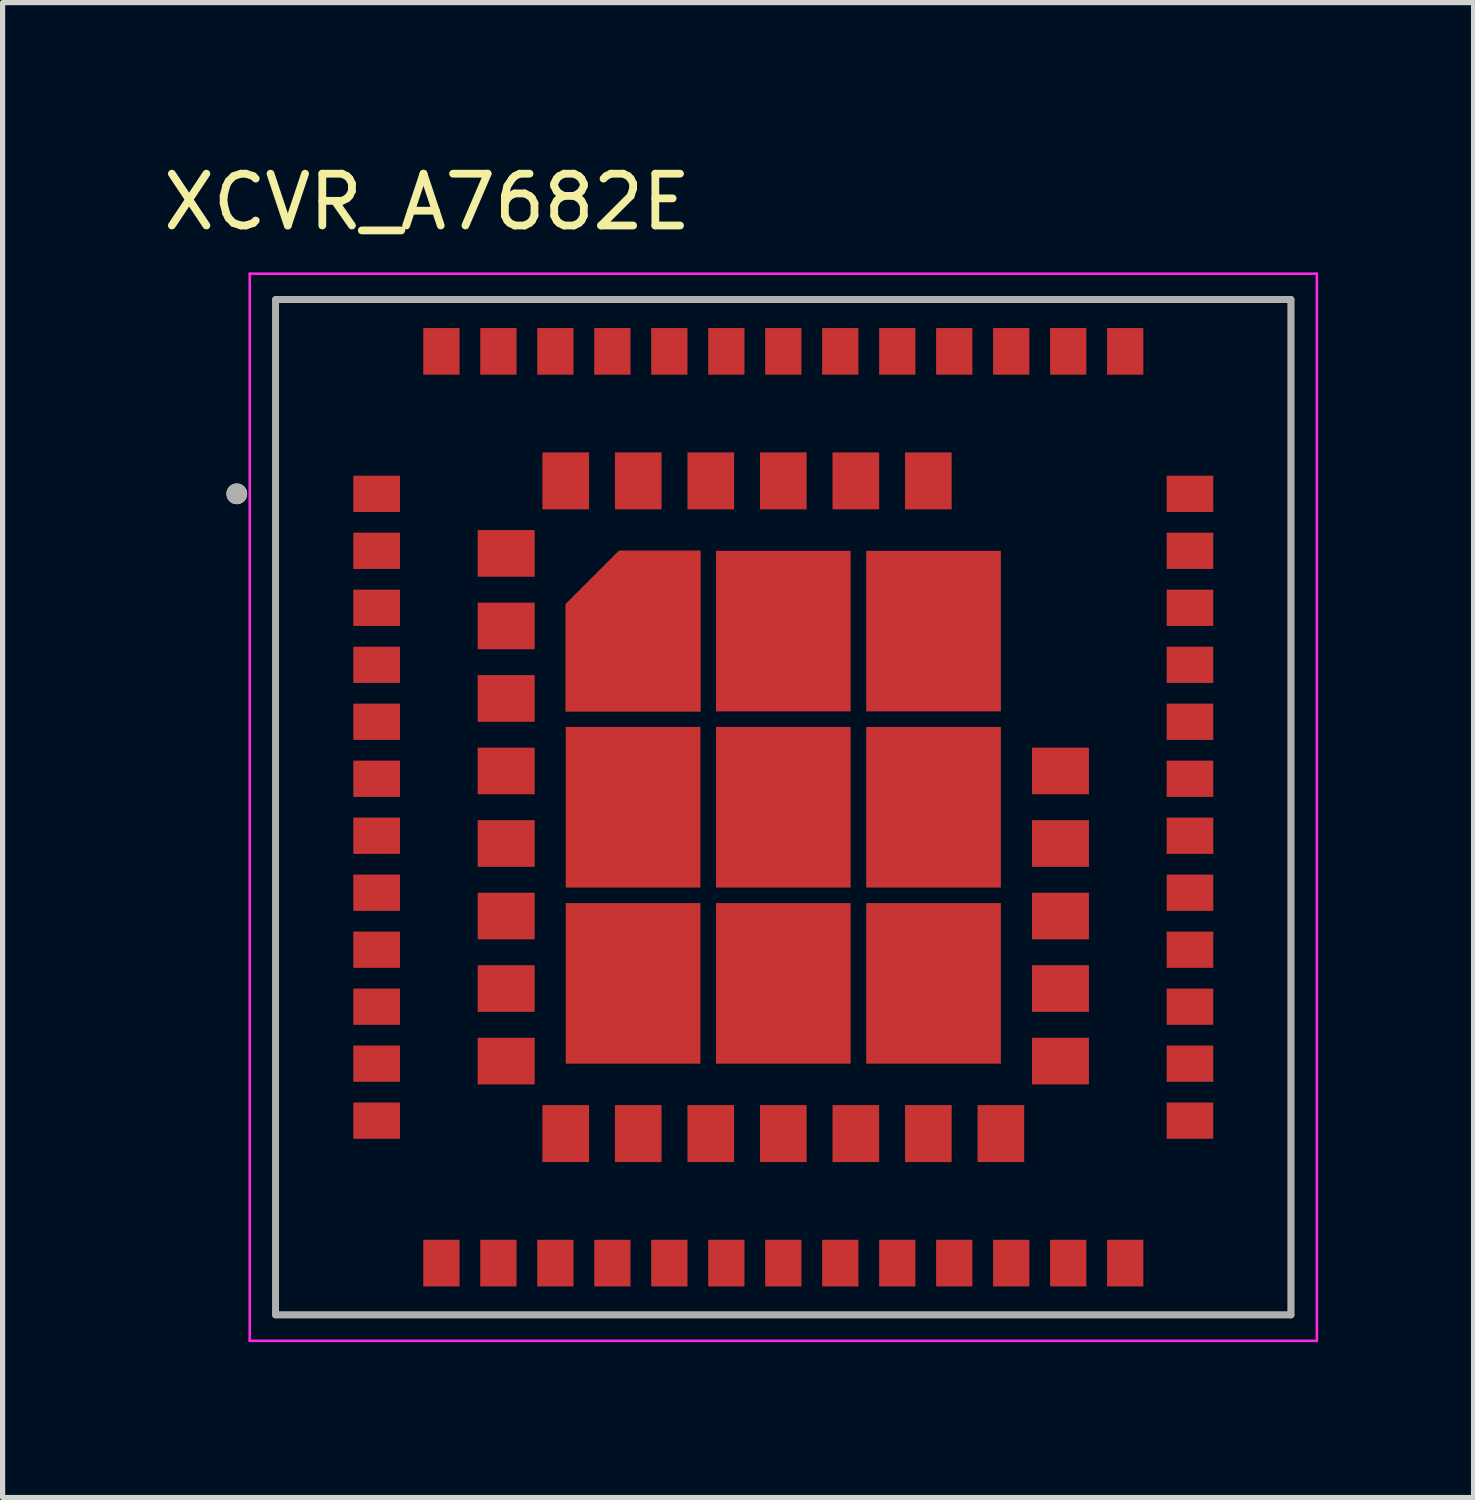
<source format=kicad_pcb>
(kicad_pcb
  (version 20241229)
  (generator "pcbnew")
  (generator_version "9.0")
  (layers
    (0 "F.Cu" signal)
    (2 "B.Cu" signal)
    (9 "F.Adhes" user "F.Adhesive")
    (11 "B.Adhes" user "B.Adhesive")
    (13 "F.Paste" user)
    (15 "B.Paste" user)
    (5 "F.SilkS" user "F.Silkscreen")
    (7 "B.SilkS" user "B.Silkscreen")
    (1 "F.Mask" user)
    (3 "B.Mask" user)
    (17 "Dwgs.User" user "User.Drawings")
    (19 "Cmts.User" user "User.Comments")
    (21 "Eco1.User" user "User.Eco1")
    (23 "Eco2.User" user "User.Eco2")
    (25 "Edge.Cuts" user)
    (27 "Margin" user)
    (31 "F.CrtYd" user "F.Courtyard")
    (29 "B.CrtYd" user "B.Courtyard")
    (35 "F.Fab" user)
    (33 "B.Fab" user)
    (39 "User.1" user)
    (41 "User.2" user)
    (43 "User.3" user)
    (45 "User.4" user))
  (footprint "XCVR_A7682E"
    (layer "F.Cu")
    (at 12.071 12.533)
    (property "Reference" "XCVR_A7682E" (at -6.875 -11.685 0) (layer "F.SilkS") (effects (font (size 1 1) (thickness 0.15))))
    (attr smd)
    (fp_poly (pts (xy -4.3 -3.961) (xy -4.3 -1.75) (xy -1.5 -1.75) (xy -1.5 -5.05) (xy -3.211 -5.05)) (stroke (width 0.01) (type solid)) (fill yes) (layer "F.Mask"))
    (fp_line (start -9.8 -9.8) (end -9.8 9.8) (stroke (width 0.127) (type solid)) (layer "F.SilkS"))
    (fp_line (start -9.8 9.8) (end 9.8 9.8) (stroke (width 0.127) (type solid)) (layer "F.SilkS"))
    (fp_line (start 9.8 -9.8) (end -9.8 -9.8) (stroke (width 0.127) (type solid)) (layer "F.SilkS"))
    (fp_line (start 9.8 9.8) (end 9.8 -9.8) (stroke (width 0.127) (type solid)) (layer "F.SilkS"))
    (fp_circle (center -10.55 -6.05) (end -10.45 -6.05) (stroke (width 0.2) (type solid)) (fill no) (layer "F.SilkS"))
    (fp_poly (pts (xy -8.22 -6.32) (xy -7.9 -6.32) (xy -7.9 -5.78) (xy -8.22 -5.78)) (stroke (width 0.01) (type solid)) (fill yes) (layer "F.Paste"))
    (fp_poly (pts (xy -8.22 -5.22) (xy -7.9 -5.22) (xy -7.9 -4.68) (xy -8.22 -4.68)) (stroke (width 0.01) (type solid)) (fill yes) (layer "F.Paste"))
    (fp_poly (pts (xy -8.22 -4.12) (xy -7.9 -4.12) (xy -7.9 -3.58) (xy -8.22 -3.58)) (stroke (width 0.01) (type solid)) (fill yes) (layer "F.Paste"))
    (fp_poly (pts (xy -8.22 -3.02) (xy -7.9 -3.02) (xy -7.9 -2.48) (xy -8.22 -2.48)) (stroke (width 0.01) (type solid)) (fill yes) (layer "F.Paste"))
    (fp_poly (pts (xy -8.22 -1.92) (xy -7.9 -1.92) (xy -7.9 -1.38) (xy -8.22 -1.38)) (stroke (width 0.01) (type solid)) (fill yes) (layer "F.Paste"))
    (fp_poly (pts (xy -8.22 -0.82) (xy -7.9 -0.82) (xy -7.9 -0.28) (xy -8.22 -0.28)) (stroke (width 0.01) (type solid)) (fill yes) (layer "F.Paste"))
    (fp_poly (pts (xy -8.22 0.28) (xy -7.9 0.28) (xy -7.9 0.82) (xy -8.22 0.82)) (stroke (width 0.01) (type solid)) (fill yes) (layer "F.Paste"))
    (fp_poly (pts (xy -8.22 1.38) (xy -7.9 1.38) (xy -7.9 1.92) (xy -8.22 1.92)) (stroke (width 0.01) (type solid)) (fill yes) (layer "F.Paste"))
    (fp_poly (pts (xy -8.22 2.48) (xy -7.9 2.48) (xy -7.9 3.02) (xy -8.22 3.02)) (stroke (width 0.01) (type solid)) (fill yes) (layer "F.Paste"))
    (fp_poly (pts (xy -8.22 3.58) (xy -7.9 3.58) (xy -7.9 4.12) (xy -8.22 4.12)) (stroke (width 0.01) (type solid)) (fill yes) (layer "F.Paste"))
    (fp_poly (pts (xy -8.22 4.68) (xy -7.9 4.68) (xy -7.9 5.22) (xy -8.22 5.22)) (stroke (width 0.01) (type solid)) (fill yes) (layer "F.Paste"))
    (fp_poly (pts (xy -8.22 5.78) (xy -7.9 5.78) (xy -7.9 6.32) (xy -8.22 6.32)) (stroke (width 0.01) (type solid)) (fill yes) (layer "F.Paste"))
    (fp_poly (pts (xy -7.8 -6.32) (xy -7.48 -6.32) (xy -7.48 -5.78) (xy -7.8 -5.78)) (stroke (width 0.01) (type solid)) (fill yes) (layer "F.Paste"))
    (fp_poly (pts (xy -7.8 -5.22) (xy -7.48 -5.22) (xy -7.48 -4.68) (xy -7.8 -4.68)) (stroke (width 0.01) (type solid)) (fill yes) (layer "F.Paste"))
    (fp_poly (pts (xy -7.8 -4.12) (xy -7.48 -4.12) (xy -7.48 -3.58) (xy -7.8 -3.58)) (stroke (width 0.01) (type solid)) (fill yes) (layer "F.Paste"))
    (fp_poly (pts (xy -7.8 -3.02) (xy -7.48 -3.02) (xy -7.48 -2.48) (xy -7.8 -2.48)) (stroke (width 0.01) (type solid)) (fill yes) (layer "F.Paste"))
    (fp_poly (pts (xy -7.8 -1.92) (xy -7.48 -1.92) (xy -7.48 -1.38) (xy -7.8 -1.38)) (stroke (width 0.01) (type solid)) (fill yes) (layer "F.Paste"))
    (fp_poly (pts (xy -7.8 -0.82) (xy -7.48 -0.82) (xy -7.48 -0.28) (xy -7.8 -0.28)) (stroke (width 0.01) (type solid)) (fill yes) (layer "F.Paste"))
    (fp_poly (pts (xy -7.8 0.28) (xy -7.48 0.28) (xy -7.48 0.82) (xy -7.8 0.82)) (stroke (width 0.01) (type solid)) (fill yes) (layer "F.Paste"))
    (fp_poly (pts (xy -7.8 1.38) (xy -7.48 1.38) (xy -7.48 1.92) (xy -7.8 1.92)) (stroke (width 0.01) (type solid)) (fill yes) (layer "F.Paste"))
    (fp_poly (pts (xy -7.8 2.48) (xy -7.48 2.48) (xy -7.48 3.02) (xy -7.8 3.02)) (stroke (width 0.01) (type solid)) (fill yes) (layer "F.Paste"))
    (fp_poly (pts (xy -7.8 3.58) (xy -7.48 3.58) (xy -7.48 4.12) (xy -7.8 4.12)) (stroke (width 0.01) (type solid)) (fill yes) (layer "F.Paste"))
    (fp_poly (pts (xy -7.8 4.68) (xy -7.48 4.68) (xy -7.48 5.22) (xy -7.8 5.22)) (stroke (width 0.01) (type solid)) (fill yes) (layer "F.Paste"))
    (fp_poly (pts (xy -7.8 5.78) (xy -7.48 5.78) (xy -7.48 6.32) (xy -7.8 6.32)) (stroke (width 0.01) (type solid)) (fill yes) (layer "F.Paste"))
    (fp_poly (pts (xy -6.87 -9.17) (xy -6.33 -9.17) (xy -6.33 -8.85) (xy -6.87 -8.85)) (stroke (width 0.01) (type solid)) (fill yes) (layer "F.Paste"))
    (fp_poly (pts (xy -6.87 -8.75) (xy -6.33 -8.75) (xy -6.33 -8.43) (xy -6.87 -8.43)) (stroke (width 0.01) (type solid)) (fill yes) (layer "F.Paste"))
    (fp_poly (pts (xy -6.87 8.43) (xy -6.33 8.43) (xy -6.33 8.75) (xy -6.87 8.75)) (stroke (width 0.01) (type solid)) (fill yes) (layer "F.Paste"))
    (fp_poly (pts (xy -6.87 8.85) (xy -6.33 8.85) (xy -6.33 9.17) (xy -6.87 9.17)) (stroke (width 0.01) (type solid)) (fill yes) (layer "F.Paste"))
    (fp_poly (pts (xy -5.83 -5.25) (xy -5.4 -5.25) (xy -5.4 -4.95) (xy -5.83 -4.95)) (stroke (width 0.01) (type solid)) (fill yes) (layer "F.Paste"))
    (fp_poly (pts (xy -5.83 -4.85) (xy -5.4 -4.85) (xy -5.4 -4.55) (xy -5.83 -4.55)) (stroke (width 0.01) (type solid)) (fill yes) (layer "F.Paste"))
    (fp_poly (pts (xy -5.83 -3.85) (xy -5.4 -3.85) (xy -5.4 -3.55) (xy -5.83 -3.55)) (stroke (width 0.01) (type solid)) (fill yes) (layer "F.Paste"))
    (fp_poly (pts (xy -5.83 -3.45) (xy -5.4 -3.45) (xy -5.4 -3.15) (xy -5.83 -3.15)) (stroke (width 0.01) (type solid)) (fill yes) (layer "F.Paste"))
    (fp_poly (pts (xy -5.83 -2.45) (xy -5.4 -2.45) (xy -5.4 -2.15) (xy -5.83 -2.15)) (stroke (width 0.01) (type solid)) (fill yes) (layer "F.Paste"))
    (fp_poly (pts (xy -5.83 -2.05) (xy -5.4 -2.05) (xy -5.4 -1.75) (xy -5.83 -1.75)) (stroke (width 0.01) (type solid)) (fill yes) (layer "F.Paste"))
    (fp_poly (pts (xy -5.83 -1.05) (xy -5.4 -1.05) (xy -5.4 -0.75) (xy -5.83 -0.75)) (stroke (width 0.01) (type solid)) (fill yes) (layer "F.Paste"))
    (fp_poly (pts (xy -5.83 -0.65) (xy -5.4 -0.65) (xy -5.4 -0.35) (xy -5.83 -0.35)) (stroke (width 0.01) (type solid)) (fill yes) (layer "F.Paste"))
    (fp_poly (pts (xy -5.83 0.35) (xy -5.4 0.35) (xy -5.4 0.65) (xy -5.83 0.65)) (stroke (width 0.01) (type solid)) (fill yes) (layer "F.Paste"))
    (fp_poly (pts (xy -5.83 0.75) (xy -5.4 0.75) (xy -5.4 1.05) (xy -5.83 1.05)) (stroke (width 0.01) (type solid)) (fill yes) (layer "F.Paste"))
    (fp_poly (pts (xy -5.83 1.75) (xy -5.4 1.75) (xy -5.4 2.05) (xy -5.83 2.05)) (stroke (width 0.01) (type solid)) (fill yes) (layer "F.Paste"))
    (fp_poly (pts (xy -5.83 2.15) (xy -5.4 2.15) (xy -5.4 2.45) (xy -5.83 2.45)) (stroke (width 0.01) (type solid)) (fill yes) (layer "F.Paste"))
    (fp_poly (pts (xy -5.83 3.15) (xy -5.4 3.15) (xy -5.4 3.45) (xy -5.83 3.45)) (stroke (width 0.01) (type solid)) (fill yes) (layer "F.Paste"))
    (fp_poly (pts (xy -5.83 3.55) (xy -5.4 3.55) (xy -5.4 3.85) (xy -5.83 3.85)) (stroke (width 0.01) (type solid)) (fill yes) (layer "F.Paste"))
    (fp_poly (pts (xy -5.83 4.55) (xy -5.4 4.55) (xy -5.4 4.85) (xy -5.83 4.85)) (stroke (width 0.01) (type solid)) (fill yes) (layer "F.Paste"))
    (fp_poly (pts (xy -5.83 4.95) (xy -5.4 4.95) (xy -5.4 5.25) (xy -5.83 5.25)) (stroke (width 0.01) (type solid)) (fill yes) (layer "F.Paste"))
    (fp_poly (pts (xy -5.77 -9.17) (xy -5.23 -9.17) (xy -5.23 -8.85) (xy -5.77 -8.85)) (stroke (width 0.01) (type solid)) (fill yes) (layer "F.Paste"))
    (fp_poly (pts (xy -5.77 -8.75) (xy -5.23 -8.75) (xy -5.23 -8.43) (xy -5.77 -8.43)) (stroke (width 0.01) (type solid)) (fill yes) (layer "F.Paste"))
    (fp_poly (pts (xy -5.77 8.43) (xy -5.23 8.43) (xy -5.23 8.75) (xy -5.77 8.75)) (stroke (width 0.01) (type solid)) (fill yes) (layer "F.Paste"))
    (fp_poly (pts (xy -5.77 8.85) (xy -5.23 8.85) (xy -5.23 9.17) (xy -5.77 9.17)) (stroke (width 0.01) (type solid)) (fill yes) (layer "F.Paste"))
    (fp_poly (pts (xy -5.3 -5.25) (xy -4.87 -5.25) (xy -4.87 -4.95) (xy -5.3 -4.95)) (stroke (width 0.01) (type solid)) (fill yes) (layer "F.Paste"))
    (fp_poly (pts (xy -5.3 -4.85) (xy -4.87 -4.85) (xy -4.87 -4.55) (xy -5.3 -4.55)) (stroke (width 0.01) (type solid)) (fill yes) (layer "F.Paste"))
    (fp_poly (pts (xy -5.3 -3.85) (xy -4.87 -3.85) (xy -4.87 -3.55) (xy -5.3 -3.55)) (stroke (width 0.01) (type solid)) (fill yes) (layer "F.Paste"))
    (fp_poly (pts (xy -5.3 -3.45) (xy -4.87 -3.45) (xy -4.87 -3.15) (xy -5.3 -3.15)) (stroke (width 0.01) (type solid)) (fill yes) (layer "F.Paste"))
    (fp_poly (pts (xy -5.3 -2.45) (xy -4.87 -2.45) (xy -4.87 -2.15) (xy -5.3 -2.15)) (stroke (width 0.01) (type solid)) (fill yes) (layer "F.Paste"))
    (fp_poly (pts (xy -5.3 -2.05) (xy -4.87 -2.05) (xy -4.87 -1.75) (xy -5.3 -1.75)) (stroke (width 0.01) (type solid)) (fill yes) (layer "F.Paste"))
    (fp_poly (pts (xy -5.3 -1.05) (xy -4.87 -1.05) (xy -4.87 -0.75) (xy -5.3 -0.75)) (stroke (width 0.01) (type solid)) (fill yes) (layer "F.Paste"))
    (fp_poly (pts (xy -5.3 -0.65) (xy -4.87 -0.65) (xy -4.87 -0.35) (xy -5.3 -0.35)) (stroke (width 0.01) (type solid)) (fill yes) (layer "F.Paste"))
    (fp_poly (pts (xy -5.3 0.35) (xy -4.87 0.35) (xy -4.87 0.65) (xy -5.3 0.65)) (stroke (width 0.01) (type solid)) (fill yes) (layer "F.Paste"))
    (fp_poly (pts (xy -5.3 0.75) (xy -4.87 0.75) (xy -4.87 1.05) (xy -5.3 1.05)) (stroke (width 0.01) (type solid)) (fill yes) (layer "F.Paste"))
    (fp_poly (pts (xy -5.3 1.75) (xy -4.87 1.75) (xy -4.87 2.05) (xy -5.3 2.05)) (stroke (width 0.01) (type solid)) (fill yes) (layer "F.Paste"))
    (fp_poly (pts (xy -5.3 2.15) (xy -4.87 2.15) (xy -4.87 2.45) (xy -5.3 2.45)) (stroke (width 0.01) (type solid)) (fill yes) (layer "F.Paste"))
    (fp_poly (pts (xy -5.3 3.15) (xy -4.87 3.15) (xy -4.87 3.45) (xy -5.3 3.45)) (stroke (width 0.01) (type solid)) (fill yes) (layer "F.Paste"))
    (fp_poly (pts (xy -5.3 3.55) (xy -4.87 3.55) (xy -4.87 3.85) (xy -5.3 3.85)) (stroke (width 0.01) (type solid)) (fill yes) (layer "F.Paste"))
    (fp_poly (pts (xy -5.3 4.55) (xy -4.87 4.55) (xy -4.87 4.85) (xy -5.3 4.85)) (stroke (width 0.01) (type solid)) (fill yes) (layer "F.Paste"))
    (fp_poly (pts (xy -5.3 4.95) (xy -4.87 4.95) (xy -4.87 5.25) (xy -5.3 5.25)) (stroke (width 0.01) (type solid)) (fill yes) (layer "F.Paste"))
    (fp_poly (pts (xy -4.67 -9.17) (xy -4.13 -9.17) (xy -4.13 -8.85) (xy -4.67 -8.85)) (stroke (width 0.01) (type solid)) (fill yes) (layer "F.Paste"))
    (fp_poly (pts (xy -4.67 -8.75) (xy -4.13 -8.75) (xy -4.13 -8.43) (xy -4.67 -8.43)) (stroke (width 0.01) (type solid)) (fill yes) (layer "F.Paste"))
    (fp_poly (pts (xy -4.67 8.43) (xy -4.13 8.43) (xy -4.13 8.75) (xy -4.67 8.75)) (stroke (width 0.01) (type solid)) (fill yes) (layer "F.Paste"))
    (fp_poly (pts (xy -4.67 8.85) (xy -4.13 8.85) (xy -4.13 9.17) (xy -4.67 9.17)) (stroke (width 0.01) (type solid)) (fill yes) (layer "F.Paste"))
    (fp_poly (pts (xy -4.55 -6.78) (xy -4.25 -6.78) (xy -4.25 -6.35) (xy -4.55 -6.35)) (stroke (width 0.01) (type solid)) (fill yes) (layer "F.Paste"))
    (fp_poly (pts (xy -4.55 -6.25) (xy -4.25 -6.25) (xy -4.25 -5.82) (xy -4.55 -5.82)) (stroke (width 0.01) (type solid)) (fill yes) (layer "F.Paste"))
    (fp_poly (pts (xy -4.55 5.82) (xy -4.25 5.82) (xy -4.25 6.25) (xy -4.55 6.25)) (stroke (width 0.01) (type solid)) (fill yes) (layer "F.Paste"))
    (fp_poly (pts (xy -4.55 6.35) (xy -4.25 6.35) (xy -4.25 6.78) (xy -4.55 6.78)) (stroke (width 0.01) (type solid)) (fill yes) (layer "F.Paste"))
    (fp_poly (pts (xy -4.15 -6.78) (xy -3.85 -6.78) (xy -3.85 -6.35) (xy -4.15 -6.35)) (stroke (width 0.01) (type solid)) (fill yes) (layer "F.Paste"))
    (fp_poly (pts (xy -4.15 -6.25) (xy -3.85 -6.25) (xy -3.85 -5.82) (xy -4.15 -5.82)) (stroke (width 0.01) (type solid)) (fill yes) (layer "F.Paste"))
    (fp_poly (pts (xy -4.15 5.82) (xy -3.85 5.82) (xy -3.85 6.25) (xy -4.15 6.25)) (stroke (width 0.01) (type solid)) (fill yes) (layer "F.Paste"))
    (fp_poly (pts (xy -4.15 6.35) (xy -3.85 6.35) (xy -3.85 6.78) (xy -4.15 6.78)) (stroke (width 0.01) (type solid)) (fill yes) (layer "F.Paste"))
    (fp_poly (pts (xy -3.9 -1.25) (xy -3.2 -1.25) (xy -3.2 -0.3) (xy -3.9 -0.3)) (stroke (width 0.01) (type solid)) (fill yes) (layer "F.Paste"))
    (fp_poly (pts (xy -3.9 0.3) (xy -3.2 0.3) (xy -3.2 1.25) (xy -3.9 1.25)) (stroke (width 0.01) (type solid)) (fill yes) (layer "F.Paste"))
    (fp_poly (pts (xy -3.9 2.15) (xy -3.2 2.15) (xy -3.2 3.1) (xy -3.9 3.1)) (stroke (width 0.01) (type solid)) (fill yes) (layer "F.Paste"))
    (fp_poly (pts (xy -3.9 3.7) (xy -3.2 3.7) (xy -3.2 4.65) (xy -3.9 4.65)) (stroke (width 0.01) (type solid)) (fill yes) (layer "F.Paste"))
    (fp_poly (pts (xy -3.85 -3.95) (xy -3.85 -3.7) (xy -3.15 -3.7) (xy -3.15 -4.65)) (stroke (width 0.01) (type solid)) (fill yes) (layer "F.Paste"))
    (fp_poly (pts (xy -3.85 -3.1) (xy -3.15 -3.1) (xy -3.15 -2.15) (xy -3.85 -2.15)) (stroke (width 0.01) (type solid)) (fill yes) (layer "F.Paste"))
    (fp_poly (pts (xy -3.57 -9.17) (xy -3.03 -9.17) (xy -3.03 -8.85) (xy -3.57 -8.85)) (stroke (width 0.01) (type solid)) (fill yes) (layer "F.Paste"))
    (fp_poly (pts (xy -3.57 -8.75) (xy -3.03 -8.75) (xy -3.03 -8.43) (xy -3.57 -8.43)) (stroke (width 0.01) (type solid)) (fill yes) (layer "F.Paste"))
    (fp_poly (pts (xy -3.57 8.43) (xy -3.03 8.43) (xy -3.03 8.75) (xy -3.57 8.75)) (stroke (width 0.01) (type solid)) (fill yes) (layer "F.Paste"))
    (fp_poly (pts (xy -3.57 8.85) (xy -3.03 8.85) (xy -3.03 9.17) (xy -3.57 9.17)) (stroke (width 0.01) (type solid)) (fill yes) (layer "F.Paste"))
    (fp_poly (pts (xy -3.15 -6.78) (xy -2.85 -6.78) (xy -2.85 -6.35) (xy -3.15 -6.35)) (stroke (width 0.01) (type solid)) (fill yes) (layer "F.Paste"))
    (fp_poly (pts (xy -3.15 -6.25) (xy -2.85 -6.25) (xy -2.85 -5.82) (xy -3.15 -5.82)) (stroke (width 0.01) (type solid)) (fill yes) (layer "F.Paste"))
    (fp_poly (pts (xy -3.15 5.82) (xy -2.85 5.82) (xy -2.85 6.25) (xy -3.15 6.25)) (stroke (width 0.01) (type solid)) (fill yes) (layer "F.Paste"))
    (fp_poly (pts (xy -3.15 6.35) (xy -2.85 6.35) (xy -2.85 6.78) (xy -3.15 6.78)) (stroke (width 0.01) (type solid)) (fill yes) (layer "F.Paste"))
    (fp_poly (pts (xy -2.75 -6.78) (xy -2.45 -6.78) (xy -2.45 -6.35) (xy -2.75 -6.35)) (stroke (width 0.01) (type solid)) (fill yes) (layer "F.Paste"))
    (fp_poly (pts (xy -2.75 -6.25) (xy -2.45 -6.25) (xy -2.45 -5.82) (xy -2.75 -5.82)) (stroke (width 0.01) (type solid)) (fill yes) (layer "F.Paste"))
    (fp_poly (pts (xy -2.75 5.82) (xy -2.45 5.82) (xy -2.45 6.25) (xy -2.75 6.25)) (stroke (width 0.01) (type solid)) (fill yes) (layer "F.Paste"))
    (fp_poly (pts (xy -2.75 6.35) (xy -2.45 6.35) (xy -2.45 6.78) (xy -2.75 6.78)) (stroke (width 0.01) (type solid)) (fill yes) (layer "F.Paste"))
    (fp_poly (pts (xy -2.6 -1.25) (xy -1.9 -1.25) (xy -1.9 -0.3) (xy -2.6 -0.3)) (stroke (width 0.01) (type solid)) (fill yes) (layer "F.Paste"))
    (fp_poly (pts (xy -2.6 0.3) (xy -1.9 0.3) (xy -1.9 1.25) (xy -2.6 1.25)) (stroke (width 0.01) (type solid)) (fill yes) (layer "F.Paste"))
    (fp_poly (pts (xy -2.6 2.15) (xy -1.9 2.15) (xy -1.9 3.1) (xy -2.6 3.1)) (stroke (width 0.01) (type solid)) (fill yes) (layer "F.Paste"))
    (fp_poly (pts (xy -2.6 3.7) (xy -1.9 3.7) (xy -1.9 4.65) (xy -2.6 4.65)) (stroke (width 0.01) (type solid)) (fill yes) (layer "F.Paste"))
    (fp_poly (pts (xy -2.55 -4.65) (xy -1.85 -4.65) (xy -1.85 -3.7) (xy -2.55 -3.7)) (stroke (width 0.01) (type solid)) (fill yes) (layer "F.Paste"))
    (fp_poly (pts (xy -2.55 -3.1) (xy -1.85 -3.1) (xy -1.85 -2.15) (xy -2.55 -2.15)) (stroke (width 0.01) (type solid)) (fill yes) (layer "F.Paste"))
    (fp_poly (pts (xy -2.47 -9.17) (xy -1.93 -9.17) (xy -1.93 -8.85) (xy -2.47 -8.85)) (stroke (width 0.01) (type solid)) (fill yes) (layer "F.Paste"))
    (fp_poly (pts (xy -2.47 -8.75) (xy -1.93 -8.75) (xy -1.93 -8.43) (xy -2.47 -8.43)) (stroke (width 0.01) (type solid)) (fill yes) (layer "F.Paste"))
    (fp_poly (pts (xy -2.47 8.43) (xy -1.93 8.43) (xy -1.93 8.75) (xy -2.47 8.75)) (stroke (width 0.01) (type solid)) (fill yes) (layer "F.Paste"))
    (fp_poly (pts (xy -2.47 8.85) (xy -1.93 8.85) (xy -1.93 9.17) (xy -2.47 9.17)) (stroke (width 0.01) (type solid)) (fill yes) (layer "F.Paste"))
    (fp_poly (pts (xy -1.75 -6.78) (xy -1.45 -6.78) (xy -1.45 -6.35) (xy -1.75 -6.35)) (stroke (width 0.01) (type solid)) (fill yes) (layer "F.Paste"))
    (fp_poly (pts (xy -1.75 -6.25) (xy -1.45 -6.25) (xy -1.45 -5.82) (xy -1.75 -5.82)) (stroke (width 0.01) (type solid)) (fill yes) (layer "F.Paste"))
    (fp_poly (pts (xy -1.75 5.82) (xy -1.45 5.82) (xy -1.45 6.25) (xy -1.75 6.25)) (stroke (width 0.01) (type solid)) (fill yes) (layer "F.Paste"))
    (fp_poly (pts (xy -1.75 6.35) (xy -1.45 6.35) (xy -1.45 6.78) (xy -1.75 6.78)) (stroke (width 0.01) (type solid)) (fill yes) (layer "F.Paste"))
    (fp_poly (pts (xy -1.37 -9.17) (xy -0.83 -9.17) (xy -0.83 -8.85) (xy -1.37 -8.85)) (stroke (width 0.01) (type solid)) (fill yes) (layer "F.Paste"))
    (fp_poly (pts (xy -1.37 -8.75) (xy -0.83 -8.75) (xy -0.83 -8.43) (xy -1.37 -8.43)) (stroke (width 0.01) (type solid)) (fill yes) (layer "F.Paste"))
    (fp_poly (pts (xy -1.37 8.43) (xy -0.83 8.43) (xy -0.83 8.75) (xy -1.37 8.75)) (stroke (width 0.01) (type solid)) (fill yes) (layer "F.Paste"))
    (fp_poly (pts (xy -1.37 8.85) (xy -0.83 8.85) (xy -0.83 9.17) (xy -1.37 9.17)) (stroke (width 0.01) (type solid)) (fill yes) (layer "F.Paste"))
    (fp_poly (pts (xy -1.35 -6.78) (xy -1.05 -6.78) (xy -1.05 -6.35) (xy -1.35 -6.35)) (stroke (width 0.01) (type solid)) (fill yes) (layer "F.Paste"))
    (fp_poly (pts (xy -1.35 -6.25) (xy -1.05 -6.25) (xy -1.05 -5.82) (xy -1.35 -5.82)) (stroke (width 0.01) (type solid)) (fill yes) (layer "F.Paste"))
    (fp_poly (pts (xy -1.35 5.82) (xy -1.05 5.82) (xy -1.05 6.25) (xy -1.35 6.25)) (stroke (width 0.01) (type solid)) (fill yes) (layer "F.Paste"))
    (fp_poly (pts (xy -1.35 6.35) (xy -1.05 6.35) (xy -1.05 6.78) (xy -1.35 6.78)) (stroke (width 0.01) (type solid)) (fill yes) (layer "F.Paste"))
    (fp_poly (pts (xy -1 -4.65) (xy -0.3 -4.65) (xy -0.3 -3.7) (xy -1 -3.7)) (stroke (width 0.01) (type solid)) (fill yes) (layer "F.Paste"))
    (fp_poly (pts (xy -1 -3.1) (xy -0.3 -3.1) (xy -0.3 -2.15) (xy -1 -2.15)) (stroke (width 0.01) (type solid)) (fill yes) (layer "F.Paste"))
    (fp_poly (pts (xy -1 -1.25) (xy -0.3 -1.25) (xy -0.3 -0.3) (xy -1 -0.3)) (stroke (width 0.01) (type solid)) (fill yes) (layer "F.Paste"))
    (fp_poly (pts (xy -1 0.3) (xy -0.3 0.3) (xy -0.3 1.25) (xy -1 1.25)) (stroke (width 0.01) (type solid)) (fill yes) (layer "F.Paste"))
    (fp_poly (pts (xy -1 2.15) (xy -0.3 2.15) (xy -0.3 3.1) (xy -1 3.1)) (stroke (width 0.01) (type solid)) (fill yes) (layer "F.Paste"))
    (fp_poly (pts (xy -1 3.7) (xy -0.3 3.7) (xy -0.3 4.65) (xy -1 4.65)) (stroke (width 0.01) (type solid)) (fill yes) (layer "F.Paste"))
    (fp_poly (pts (xy -0.35 -6.78) (xy -0.05 -6.78) (xy -0.05 -6.35) (xy -0.35 -6.35)) (stroke (width 0.01) (type solid)) (fill yes) (layer "F.Paste"))
    (fp_poly (pts (xy -0.35 -6.25) (xy -0.05 -6.25) (xy -0.05 -5.82) (xy -0.35 -5.82)) (stroke (width 0.01) (type solid)) (fill yes) (layer "F.Paste"))
    (fp_poly (pts (xy -0.35 5.82) (xy -0.05 5.82) (xy -0.05 6.25) (xy -0.35 6.25)) (stroke (width 0.01) (type solid)) (fill yes) (layer "F.Paste"))
    (fp_poly (pts (xy -0.35 6.35) (xy -0.05 6.35) (xy -0.05 6.78) (xy -0.35 6.78)) (stroke (width 0.01) (type solid)) (fill yes) (layer "F.Paste"))
    (fp_poly (pts (xy -0.27 -9.17) (xy 0.27 -9.17) (xy 0.27 -8.85) (xy -0.27 -8.85)) (stroke (width 0.01) (type solid)) (fill yes) (layer "F.Paste"))
    (fp_poly (pts (xy -0.27 -8.75) (xy 0.27 -8.75) (xy 0.27 -8.43) (xy -0.27 -8.43)) (stroke (width 0.01) (type solid)) (fill yes) (layer "F.Paste"))
    (fp_poly (pts (xy -0.27 8.43) (xy 0.27 8.43) (xy 0.27 8.75) (xy -0.27 8.75)) (stroke (width 0.01) (type solid)) (fill yes) (layer "F.Paste"))
    (fp_poly (pts (xy -0.27 8.85) (xy 0.27 8.85) (xy 0.27 9.17) (xy -0.27 9.17)) (stroke (width 0.01) (type solid)) (fill yes) (layer "F.Paste"))
    (fp_poly (pts (xy 0.05 -6.78) (xy 0.35 -6.78) (xy 0.35 -6.35) (xy 0.05 -6.35)) (stroke (width 0.01) (type solid)) (fill yes) (layer "F.Paste"))
    (fp_poly (pts (xy 0.05 -6.25) (xy 0.35 -6.25) (xy 0.35 -5.82) (xy 0.05 -5.82)) (stroke (width 0.01) (type solid)) (fill yes) (layer "F.Paste"))
    (fp_poly (pts (xy 0.05 5.82) (xy 0.35 5.82) (xy 0.35 6.25) (xy 0.05 6.25)) (stroke (width 0.01) (type solid)) (fill yes) (layer "F.Paste"))
    (fp_poly (pts (xy 0.05 6.35) (xy 0.35 6.35) (xy 0.35 6.78) (xy 0.05 6.78)) (stroke (width 0.01) (type solid)) (fill yes) (layer "F.Paste"))
    (fp_poly (pts (xy 0.3 -4.65) (xy 1 -4.65) (xy 1 -3.7) (xy 0.3 -3.7)) (stroke (width 0.01) (type solid)) (fill yes) (layer "F.Paste"))
    (fp_poly (pts (xy 0.3 -3.1) (xy 1 -3.1) (xy 1 -2.15) (xy 0.3 -2.15)) (stroke (width 0.01) (type solid)) (fill yes) (layer "F.Paste"))
    (fp_poly (pts (xy 0.3 -1.25) (xy 1 -1.25) (xy 1 -0.3) (xy 0.3 -0.3)) (stroke (width 0.01) (type solid)) (fill yes) (layer "F.Paste"))
    (fp_poly (pts (xy 0.3 0.3) (xy 1 0.3) (xy 1 1.25) (xy 0.3 1.25)) (stroke (width 0.01) (type solid)) (fill yes) (layer "F.Paste"))
    (fp_poly (pts (xy 0.3 2.15) (xy 1 2.15) (xy 1 3.1) (xy 0.3 3.1)) (stroke (width 0.01) (type solid)) (fill yes) (layer "F.Paste"))
    (fp_poly (pts (xy 0.3 3.7) (xy 1 3.7) (xy 1 4.65) (xy 0.3 4.65)) (stroke (width 0.01) (type solid)) (fill yes) (layer "F.Paste"))
    (fp_poly (pts (xy 0.83 -9.17) (xy 1.37 -9.17) (xy 1.37 -8.85) (xy 0.83 -8.85)) (stroke (width 0.01) (type solid)) (fill yes) (layer "F.Paste"))
    (fp_poly (pts (xy 0.83 -8.75) (xy 1.37 -8.75) (xy 1.37 -8.43) (xy 0.83 -8.43)) (stroke (width 0.01) (type solid)) (fill yes) (layer "F.Paste"))
    (fp_poly (pts (xy 0.83 8.43) (xy 1.37 8.43) (xy 1.37 8.75) (xy 0.83 8.75)) (stroke (width 0.01) (type solid)) (fill yes) (layer "F.Paste"))
    (fp_poly (pts (xy 0.83 8.85) (xy 1.37 8.85) (xy 1.37 9.17) (xy 0.83 9.17)) (stroke (width 0.01) (type solid)) (fill yes) (layer "F.Paste"))
    (fp_poly (pts (xy 1.05 -6.78) (xy 1.35 -6.78) (xy 1.35 -6.35) (xy 1.05 -6.35)) (stroke (width 0.01) (type solid)) (fill yes) (layer "F.Paste"))
    (fp_poly (pts (xy 1.05 -6.25) (xy 1.35 -6.25) (xy 1.35 -5.82) (xy 1.05 -5.82)) (stroke (width 0.01) (type solid)) (fill yes) (layer "F.Paste"))
    (fp_poly (pts (xy 1.05 5.82) (xy 1.35 5.82) (xy 1.35 6.25) (xy 1.05 6.25)) (stroke (width 0.01) (type solid)) (fill yes) (layer "F.Paste"))
    (fp_poly (pts (xy 1.05 6.35) (xy 1.35 6.35) (xy 1.35 6.78) (xy 1.05 6.78)) (stroke (width 0.01) (type solid)) (fill yes) (layer "F.Paste"))
    (fp_poly (pts (xy 1.45 -6.78) (xy 1.75 -6.78) (xy 1.75 -6.35) (xy 1.45 -6.35)) (stroke (width 0.01) (type solid)) (fill yes) (layer "F.Paste"))
    (fp_poly (pts (xy 1.45 -6.25) (xy 1.75 -6.25) (xy 1.75 -5.82) (xy 1.45 -5.82)) (stroke (width 0.01) (type solid)) (fill yes) (layer "F.Paste"))
    (fp_poly (pts (xy 1.45 5.82) (xy 1.75 5.82) (xy 1.75 6.25) (xy 1.45 6.25)) (stroke (width 0.01) (type solid)) (fill yes) (layer "F.Paste"))
    (fp_poly (pts (xy 1.45 6.35) (xy 1.75 6.35) (xy 1.75 6.78) (xy 1.45 6.78)) (stroke (width 0.01) (type solid)) (fill yes) (layer "F.Paste"))
    (fp_poly (pts (xy 1.9 -4.65) (xy 2.6 -4.65) (xy 2.6 -3.7) (xy 1.9 -3.7)) (stroke (width 0.01) (type solid)) (fill yes) (layer "F.Paste"))
    (fp_poly (pts (xy 1.9 -3.1) (xy 2.6 -3.1) (xy 2.6 -2.15) (xy 1.9 -2.15)) (stroke (width 0.01) (type solid)) (fill yes) (layer "F.Paste"))
    (fp_poly (pts (xy 1.9 -1.25) (xy 2.6 -1.25) (xy 2.6 -0.3) (xy 1.9 -0.3)) (stroke (width 0.01) (type solid)) (fill yes) (layer "F.Paste"))
    (fp_poly (pts (xy 1.9 0.3) (xy 2.6 0.3) (xy 2.6 1.25) (xy 1.9 1.25)) (stroke (width 0.01) (type solid)) (fill yes) (layer "F.Paste"))
    (fp_poly (pts (xy 1.9 2.15) (xy 2.6 2.15) (xy 2.6 3.1) (xy 1.9 3.1)) (stroke (width 0.01) (type solid)) (fill yes) (layer "F.Paste"))
    (fp_poly (pts (xy 1.9 3.7) (xy 2.6 3.7) (xy 2.6 4.65) (xy 1.9 4.65)) (stroke (width 0.01) (type solid)) (fill yes) (layer "F.Paste"))
    (fp_poly (pts (xy 1.93 -9.17) (xy 2.47 -9.17) (xy 2.47 -8.85) (xy 1.93 -8.85)) (stroke (width 0.01) (type solid)) (fill yes) (layer "F.Paste"))
    (fp_poly (pts (xy 1.93 -8.75) (xy 2.47 -8.75) (xy 2.47 -8.43) (xy 1.93 -8.43)) (stroke (width 0.01) (type solid)) (fill yes) (layer "F.Paste"))
    (fp_poly (pts (xy 1.93 8.43) (xy 2.47 8.43) (xy 2.47 8.75) (xy 1.93 8.75)) (stroke (width 0.01) (type solid)) (fill yes) (layer "F.Paste"))
    (fp_poly (pts (xy 1.93 8.85) (xy 2.47 8.85) (xy 2.47 9.17) (xy 1.93 9.17)) (stroke (width 0.01) (type solid)) (fill yes) (layer "F.Paste"))
    (fp_poly (pts (xy 2.45 -6.78) (xy 2.75 -6.78) (xy 2.75 -6.35) (xy 2.45 -6.35)) (stroke (width 0.01) (type solid)) (fill yes) (layer "F.Paste"))
    (fp_poly (pts (xy 2.45 -6.25) (xy 2.75 -6.25) (xy 2.75 -5.82) (xy 2.45 -5.82)) (stroke (width 0.01) (type solid)) (fill yes) (layer "F.Paste"))
    (fp_poly (pts (xy 2.45 5.82) (xy 2.75 5.82) (xy 2.75 6.25) (xy 2.45 6.25)) (stroke (width 0.01) (type solid)) (fill yes) (layer "F.Paste"))
    (fp_poly (pts (xy 2.45 6.35) (xy 2.75 6.35) (xy 2.75 6.78) (xy 2.45 6.78)) (stroke (width 0.01) (type solid)) (fill yes) (layer "F.Paste"))
    (fp_poly (pts (xy 2.85 -6.78) (xy 3.15 -6.78) (xy 3.15 -6.35) (xy 2.85 -6.35)) (stroke (width 0.01) (type solid)) (fill yes) (layer "F.Paste"))
    (fp_poly (pts (xy 2.85 -6.25) (xy 3.15 -6.25) (xy 3.15 -5.82) (xy 2.85 -5.82)) (stroke (width 0.01) (type solid)) (fill yes) (layer "F.Paste"))
    (fp_poly (pts (xy 2.85 5.82) (xy 3.15 5.82) (xy 3.15 6.25) (xy 2.85 6.25)) (stroke (width 0.01) (type solid)) (fill yes) (layer "F.Paste"))
    (fp_poly (pts (xy 2.85 6.35) (xy 3.15 6.35) (xy 3.15 6.78) (xy 2.85 6.78)) (stroke (width 0.01) (type solid)) (fill yes) (layer "F.Paste"))
    (fp_poly (pts (xy 3.03 -9.17) (xy 3.57 -9.17) (xy 3.57 -8.85) (xy 3.03 -8.85)) (stroke (width 0.01) (type solid)) (fill yes) (layer "F.Paste"))
    (fp_poly (pts (xy 3.03 -8.75) (xy 3.57 -8.75) (xy 3.57 -8.43) (xy 3.03 -8.43)) (stroke (width 0.01) (type solid)) (fill yes) (layer "F.Paste"))
    (fp_poly (pts (xy 3.03 8.43) (xy 3.57 8.43) (xy 3.57 8.75) (xy 3.03 8.75)) (stroke (width 0.01) (type solid)) (fill yes) (layer "F.Paste"))
    (fp_poly (pts (xy 3.03 8.85) (xy 3.57 8.85) (xy 3.57 9.17) (xy 3.03 9.17)) (stroke (width 0.01) (type solid)) (fill yes) (layer "F.Paste"))
    (fp_poly (pts (xy 3.2 -4.65) (xy 3.9 -4.65) (xy 3.9 -3.7) (xy 3.2 -3.7)) (stroke (width 0.01) (type solid)) (fill yes) (layer "F.Paste"))
    (fp_poly (pts (xy 3.2 -3.1) (xy 3.9 -3.1) (xy 3.9 -2.15) (xy 3.2 -2.15)) (stroke (width 0.01) (type solid)) (fill yes) (layer "F.Paste"))
    (fp_poly (pts (xy 3.2 -1.25) (xy 3.9 -1.25) (xy 3.9 -0.3) (xy 3.2 -0.3)) (stroke (width 0.01) (type solid)) (fill yes) (layer "F.Paste"))
    (fp_poly (pts (xy 3.2 0.3) (xy 3.9 0.3) (xy 3.9 1.25) (xy 3.2 1.25)) (stroke (width 0.01) (type solid)) (fill yes) (layer "F.Paste"))
    (fp_poly (pts (xy 3.2 2.15) (xy 3.9 2.15) (xy 3.9 3.1) (xy 3.2 3.1)) (stroke (width 0.01) (type solid)) (fill yes) (layer "F.Paste"))
    (fp_poly (pts (xy 3.2 3.7) (xy 3.9 3.7) (xy 3.9 4.65) (xy 3.2 4.65)) (stroke (width 0.01) (type solid)) (fill yes) (layer "F.Paste"))
    (fp_poly (pts (xy 3.85 5.82) (xy 4.15 5.82) (xy 4.15 6.25) (xy 3.85 6.25)) (stroke (width 0.01) (type solid)) (fill yes) (layer "F.Paste"))
    (fp_poly (pts (xy 3.85 6.35) (xy 4.15 6.35) (xy 4.15 6.78) (xy 3.85 6.78)) (stroke (width 0.01) (type solid)) (fill yes) (layer "F.Paste"))
    (fp_poly (pts (xy 4.13 -9.17) (xy 4.67 -9.17) (xy 4.67 -8.85) (xy 4.13 -8.85)) (stroke (width 0.01) (type solid)) (fill yes) (layer "F.Paste"))
    (fp_poly (pts (xy 4.13 -8.75) (xy 4.67 -8.75) (xy 4.67 -8.43) (xy 4.13 -8.43)) (stroke (width 0.01) (type solid)) (fill yes) (layer "F.Paste"))
    (fp_poly (pts (xy 4.13 8.43) (xy 4.67 8.43) (xy 4.67 8.75) (xy 4.13 8.75)) (stroke (width 0.01) (type solid)) (fill yes) (layer "F.Paste"))
    (fp_poly (pts (xy 4.13 8.85) (xy 4.67 8.85) (xy 4.67 9.17) (xy 4.13 9.17)) (stroke (width 0.01) (type solid)) (fill yes) (layer "F.Paste"))
    (fp_poly (pts (xy 4.25 5.82) (xy 4.55 5.82) (xy 4.55 6.25) (xy 4.25 6.25)) (stroke (width 0.01) (type solid)) (fill yes) (layer "F.Paste"))
    (fp_poly (pts (xy 4.25 6.35) (xy 4.55 6.35) (xy 4.55 6.78) (xy 4.25 6.78)) (stroke (width 0.01) (type solid)) (fill yes) (layer "F.Paste"))
    (fp_poly (pts (xy 4.87 -1.05) (xy 5.3 -1.05) (xy 5.3 -0.75) (xy 4.87 -0.75)) (stroke (width 0.01) (type solid)) (fill yes) (layer "F.Paste"))
    (fp_poly (pts (xy 4.87 -0.65) (xy 5.3 -0.65) (xy 5.3 -0.35) (xy 4.87 -0.35)) (stroke (width 0.01) (type solid)) (fill yes) (layer "F.Paste"))
    (fp_poly (pts (xy 4.87 0.35) (xy 5.3 0.35) (xy 5.3 0.65) (xy 4.87 0.65)) (stroke (width 0.01) (type solid)) (fill yes) (layer "F.Paste"))
    (fp_poly (pts (xy 4.87 0.75) (xy 5.3 0.75) (xy 5.3 1.05) (xy 4.87 1.05)) (stroke (width 0.01) (type solid)) (fill yes) (layer "F.Paste"))
    (fp_poly (pts (xy 4.87 1.75) (xy 5.3 1.75) (xy 5.3 2.05) (xy 4.87 2.05)) (stroke (width 0.01) (type solid)) (fill yes) (layer "F.Paste"))
    (fp_poly (pts (xy 4.87 2.15) (xy 5.3 2.15) (xy 5.3 2.45) (xy 4.87 2.45)) (stroke (width 0.01) (type solid)) (fill yes) (layer "F.Paste"))
    (fp_poly (pts (xy 4.87 3.15) (xy 5.3 3.15) (xy 5.3 3.45) (xy 4.87 3.45)) (stroke (width 0.01) (type solid)) (fill yes) (layer "F.Paste"))
    (fp_poly (pts (xy 4.87 3.55) (xy 5.3 3.55) (xy 5.3 3.85) (xy 4.87 3.85)) (stroke (width 0.01) (type solid)) (fill yes) (layer "F.Paste"))
    (fp_poly (pts (xy 4.87 4.55) (xy 5.3 4.55) (xy 5.3 4.85) (xy 4.87 4.85)) (stroke (width 0.01) (type solid)) (fill yes) (layer "F.Paste"))
    (fp_poly (pts (xy 4.87 4.95) (xy 5.3 4.95) (xy 5.3 5.25) (xy 4.87 5.25)) (stroke (width 0.01) (type solid)) (fill yes) (layer "F.Paste"))
    (fp_poly (pts (xy 5.23 -9.17) (xy 5.77 -9.17) (xy 5.77 -8.85) (xy 5.23 -8.85)) (stroke (width 0.01) (type solid)) (fill yes) (layer "F.Paste"))
    (fp_poly (pts (xy 5.23 -8.75) (xy 5.77 -8.75) (xy 5.77 -8.43) (xy 5.23 -8.43)) (stroke (width 0.01) (type solid)) (fill yes) (layer "F.Paste"))
    (fp_poly (pts (xy 5.23 8.43) (xy 5.77 8.43) (xy 5.77 8.75) (xy 5.23 8.75)) (stroke (width 0.01) (type solid)) (fill yes) (layer "F.Paste"))
    (fp_poly (pts (xy 5.23 8.85) (xy 5.77 8.85) (xy 5.77 9.17) (xy 5.23 9.17)) (stroke (width 0.01) (type solid)) (fill yes) (layer "F.Paste"))
    (fp_poly (pts (xy 5.4 -1.05) (xy 5.83 -1.05) (xy 5.83 -0.75) (xy 5.4 -0.75)) (stroke (width 0.01) (type solid)) (fill yes) (layer "F.Paste"))
    (fp_poly (pts (xy 5.4 -0.65) (xy 5.83 -0.65) (xy 5.83 -0.35) (xy 5.4 -0.35)) (stroke (width 0.01) (type solid)) (fill yes) (layer "F.Paste"))
    (fp_poly (pts (xy 5.4 0.35) (xy 5.83 0.35) (xy 5.83 0.65) (xy 5.4 0.65)) (stroke (width 0.01) (type solid)) (fill yes) (layer "F.Paste"))
    (fp_poly (pts (xy 5.4 0.75) (xy 5.83 0.75) (xy 5.83 1.05) (xy 5.4 1.05)) (stroke (width 0.01) (type solid)) (fill yes) (layer "F.Paste"))
    (fp_poly (pts (xy 5.4 1.75) (xy 5.83 1.75) (xy 5.83 2.05) (xy 5.4 2.05)) (stroke (width 0.01) (type solid)) (fill yes) (layer "F.Paste"))
    (fp_poly (pts (xy 5.4 2.15) (xy 5.83 2.15) (xy 5.83 2.45) (xy 5.4 2.45)) (stroke (width 0.01) (type solid)) (fill yes) (layer "F.Paste"))
    (fp_poly (pts (xy 5.4 3.15) (xy 5.83 3.15) (xy 5.83 3.45) (xy 5.4 3.45)) (stroke (width 0.01) (type solid)) (fill yes) (layer "F.Paste"))
    (fp_poly (pts (xy 5.4 3.55) (xy 5.83 3.55) (xy 5.83 3.85) (xy 5.4 3.85)) (stroke (width 0.01) (type solid)) (fill yes) (layer "F.Paste"))
    (fp_poly (pts (xy 5.4 4.55) (xy 5.83 4.55) (xy 5.83 4.85) (xy 5.4 4.85)) (stroke (width 0.01) (type solid)) (fill yes) (layer "F.Paste"))
    (fp_poly (pts (xy 5.4 4.95) (xy 5.83 4.95) (xy 5.83 5.25) (xy 5.4 5.25)) (stroke (width 0.01) (type solid)) (fill yes) (layer "F.Paste"))
    (fp_poly (pts (xy 6.33 -9.17) (xy 6.87 -9.17) (xy 6.87 -8.85) (xy 6.33 -8.85)) (stroke (width 0.01) (type solid)) (fill yes) (layer "F.Paste"))
    (fp_poly (pts (xy 6.33 -8.75) (xy 6.87 -8.75) (xy 6.87 -8.43) (xy 6.33 -8.43)) (stroke (width 0.01) (type solid)) (fill yes) (layer "F.Paste"))
    (fp_poly (pts (xy 6.33 8.43) (xy 6.87 8.43) (xy 6.87 8.75) (xy 6.33 8.75)) (stroke (width 0.01) (type solid)) (fill yes) (layer "F.Paste"))
    (fp_poly (pts (xy 6.33 8.85) (xy 6.87 8.85) (xy 6.87 9.17) (xy 6.33 9.17)) (stroke (width 0.01) (type solid)) (fill yes) (layer "F.Paste"))
    (fp_poly (pts (xy 7.48 -6.32) (xy 7.8 -6.32) (xy 7.8 -5.78) (xy 7.48 -5.78)) (stroke (width 0.01) (type solid)) (fill yes) (layer "F.Paste"))
    (fp_poly (pts (xy 7.48 -5.22) (xy 7.8 -5.22) (xy 7.8 -4.68) (xy 7.48 -4.68)) (stroke (width 0.01) (type solid)) (fill yes) (layer "F.Paste"))
    (fp_poly (pts (xy 7.48 -4.12) (xy 7.8 -4.12) (xy 7.8 -3.58) (xy 7.48 -3.58)) (stroke (width 0.01) (type solid)) (fill yes) (layer "F.Paste"))
    (fp_poly (pts (xy 7.48 -3.02) (xy 7.8 -3.02) (xy 7.8 -2.48) (xy 7.48 -2.48)) (stroke (width 0.01) (type solid)) (fill yes) (layer "F.Paste"))
    (fp_poly (pts (xy 7.48 -1.92) (xy 7.8 -1.92) (xy 7.8 -1.38) (xy 7.48 -1.38)) (stroke (width 0.01) (type solid)) (fill yes) (layer "F.Paste"))
    (fp_poly (pts (xy 7.48 -0.82) (xy 7.8 -0.82) (xy 7.8 -0.28) (xy 7.48 -0.28)) (stroke (width 0.01) (type solid)) (fill yes) (layer "F.Paste"))
    (fp_poly (pts (xy 7.48 0.28) (xy 7.8 0.28) (xy 7.8 0.82) (xy 7.48 0.82)) (stroke (width 0.01) (type solid)) (fill yes) (layer "F.Paste"))
    (fp_poly (pts (xy 7.48 1.38) (xy 7.8 1.38) (xy 7.8 1.92) (xy 7.48 1.92)) (stroke (width 0.01) (type solid)) (fill yes) (layer "F.Paste"))
    (fp_poly (pts (xy 7.48 2.48) (xy 7.8 2.48) (xy 7.8 3.02) (xy 7.48 3.02)) (stroke (width 0.01) (type solid)) (fill yes) (layer "F.Paste"))
    (fp_poly (pts (xy 7.48 3.58) (xy 7.8 3.58) (xy 7.8 4.12) (xy 7.48 4.12)) (stroke (width 0.01) (type solid)) (fill yes) (layer "F.Paste"))
    (fp_poly (pts (xy 7.48 4.68) (xy 7.8 4.68) (xy 7.8 5.22) (xy 7.48 5.22)) (stroke (width 0.01) (type solid)) (fill yes) (layer "F.Paste"))
    (fp_poly (pts (xy 7.48 5.78) (xy 7.8 5.78) (xy 7.8 6.32) (xy 7.48 6.32)) (stroke (width 0.01) (type solid)) (fill yes) (layer "F.Paste"))
    (fp_poly (pts (xy 7.9 -6.32) (xy 8.22 -6.32) (xy 8.22 -5.78) (xy 7.9 -5.78)) (stroke (width 0.01) (type solid)) (fill yes) (layer "F.Paste"))
    (fp_poly (pts (xy 7.9 -5.22) (xy 8.22 -5.22) (xy 8.22 -4.68) (xy 7.9 -4.68)) (stroke (width 0.01) (type solid)) (fill yes) (layer "F.Paste"))
    (fp_poly (pts (xy 7.9 -4.12) (xy 8.22 -4.12) (xy 8.22 -3.58) (xy 7.9 -3.58)) (stroke (width 0.01) (type solid)) (fill yes) (layer "F.Paste"))
    (fp_poly (pts (xy 7.9 -3.02) (xy 8.22 -3.02) (xy 8.22 -2.48) (xy 7.9 -2.48)) (stroke (width 0.01) (type solid)) (fill yes) (layer "F.Paste"))
    (fp_poly (pts (xy 7.9 -1.92) (xy 8.22 -1.92) (xy 8.22 -1.38) (xy 7.9 -1.38)) (stroke (width 0.01) (type solid)) (fill yes) (layer "F.Paste"))
    (fp_poly (pts (xy 7.9 -0.82) (xy 8.22 -0.82) (xy 8.22 -0.28) (xy 7.9 -0.28)) (stroke (width 0.01) (type solid)) (fill yes) (layer "F.Paste"))
    (fp_poly (pts (xy 7.9 0.28) (xy 8.22 0.28) (xy 8.22 0.82) (xy 7.9 0.82)) (stroke (width 0.01) (type solid)) (fill yes) (layer "F.Paste"))
    (fp_poly (pts (xy 7.9 1.38) (xy 8.22 1.38) (xy 8.22 1.92) (xy 7.9 1.92)) (stroke (width 0.01) (type solid)) (fill yes) (layer "F.Paste"))
    (fp_poly (pts (xy 7.9 2.48) (xy 8.22 2.48) (xy 8.22 3.02) (xy 7.9 3.02)) (stroke (width 0.01) (type solid)) (fill yes) (layer "F.Paste"))
    (fp_poly (pts (xy 7.9 3.58) (xy 8.22 3.58) (xy 8.22 4.12) (xy 7.9 4.12)) (stroke (width 0.01) (type solid)) (fill yes) (layer "F.Paste"))
    (fp_poly (pts (xy 7.9 4.68) (xy 8.22 4.68) (xy 8.22 5.22) (xy 7.9 5.22)) (stroke (width 0.01) (type solid)) (fill yes) (layer "F.Paste"))
    (fp_poly (pts (xy 7.9 5.78) (xy 8.22 5.78) (xy 8.22 6.32) (xy 7.9 6.32)) (stroke (width 0.01) (type solid)) (fill yes) (layer "F.Paste"))
    (fp_line (start -10.3 -10.3) (end -10.3 10.3) (stroke (width 0.05) (type solid)) (layer "F.CrtYd"))
    (fp_line (start -10.3 10.3) (end 10.3 10.3) (stroke (width 0.05) (type solid)) (layer "F.CrtYd"))
    (fp_line (start 10.3 -10.3) (end -10.3 -10.3) (stroke (width 0.05) (type solid)) (layer "F.CrtYd"))
    (fp_line (start 10.3 10.3) (end 10.3 -10.3) (stroke (width 0.05) (type solid)) (layer "F.CrtYd"))
    (fp_line (start -9.8 -9.8) (end -9.8 9.8) (stroke (width 0.127) (type solid)) (layer "F.Fab"))
    (fp_line (start -9.8 9.8) (end 9.8 9.8) (stroke (width 0.127) (type solid)) (layer "F.Fab"))
    (fp_line (start 9.8 -9.8) (end -9.8 -9.8) (stroke (width 0.127) (type solid)) (layer "F.Fab"))
    (fp_line (start 9.8 9.8) (end 9.8 -9.8) (stroke (width 0.127) (type solid)) (layer "F.Fab"))
    (fp_circle (center -10.55 -6.05) (end -10.45 -6.05) (stroke (width 0.2) (type solid)) (fill no) (layer "F.Fab"))
    (pad "1" smd rect (at -7.85 -6.05) (size 0.9 0.7) (layers "F.Cu" "F.Mask"))
    (pad "2" smd rect (at -7.85 -4.95) (size 0.9 0.7) (layers "F.Cu" "F.Mask"))
    (pad "3" smd rect (at -7.85 -3.85) (size 0.9 0.7) (layers "F.Cu" "F.Mask"))
    (pad "4" smd rect (at -7.85 -2.75) (size 0.9 0.7) (layers "F.Cu" "F.Mask"))
    (pad "5" smd rect (at -7.85 -1.65) (size 0.9 0.7) (layers "F.Cu" "F.Mask"))
    (pad "6" smd rect (at -7.85 -0.55) (size 0.9 0.7) (layers "F.Cu" "F.Mask"))
    (pad "7" smd rect (at -7.85 0.55) (size 0.9 0.7) (layers "F.Cu" "F.Mask"))
    (pad "8" smd rect (at -7.85 1.65) (size 0.9 0.7) (layers "F.Cu" "F.Mask"))
    (pad "9" smd rect (at -7.85 2.75) (size 0.9 0.7) (layers "F.Cu" "F.Mask"))
    (pad "10" smd rect (at -7.85 3.85) (size 0.9 0.7) (layers "F.Cu" "F.Mask"))
    (pad "11" smd rect (at -7.85 4.95) (size 0.9 0.7) (layers "F.Cu" "F.Mask"))
    (pad "12" smd rect (at -7.85 6.05) (size 0.9 0.7) (layers "F.Cu" "F.Mask"))
    (pad "13" smd rect (at -4.4 8.8) (size 0.7 0.9) (layers "F.Cu" "F.Mask"))
    (pad "14" smd rect (at -3.3 8.8) (size 0.7 0.9) (layers "F.Cu" "F.Mask"))
    (pad "15" smd rect (at -2.2 8.8) (size 0.7 0.9) (layers "F.Cu" "F.Mask"))
    (pad "16" smd rect (at -1.1 8.8) (size 0.7 0.9) (layers "F.Cu" "F.Mask"))
    (pad "17" smd rect (at 0 8.8) (size 0.7 0.9) (layers "F.Cu" "F.Mask"))
    (pad "18" smd rect (at 1.1 8.8) (size 0.7 0.9) (layers "F.Cu" "F.Mask"))
    (pad "19" smd rect (at 2.2 8.8) (size 0.7 0.9) (layers "F.Cu" "F.Mask"))
    (pad "20" smd rect (at 3.3 8.8) (size 0.7 0.9) (layers "F.Cu" "F.Mask"))
    (pad "21" smd rect (at 4.4 8.8) (size 0.7 0.9) (layers "F.Cu" "F.Mask"))
    (pad "22" smd rect (at 7.85 6.05) (size 0.9 0.7) (layers "F.Cu" "F.Mask"))
    (pad "23" smd rect (at 7.85 4.95) (size 0.9 0.7) (layers "F.Cu" "F.Mask"))
    (pad "24" smd rect (at 7.85 3.85) (size 0.9 0.7) (layers "F.Cu" "F.Mask"))
    (pad "25" smd rect (at 7.85 2.75) (size 0.9 0.7) (layers "F.Cu" "F.Mask"))
    (pad "26" smd rect (at 7.85 1.65) (size 0.9 0.7) (layers "F.Cu" "F.Mask"))
    (pad "27" smd rect (at 7.85 0.55) (size 0.9 0.7) (layers "F.Cu" "F.Mask"))
    (pad "28" smd rect (at 7.85 -0.55) (size 0.9 0.7) (layers "F.Cu" "F.Mask"))
    (pad "29" smd rect (at 7.85 -1.65) (size 0.9 0.7) (layers "F.Cu" "F.Mask"))
    (pad "30" smd rect (at 7.85 -2.75) (size 0.9 0.7) (layers "F.Cu" "F.Mask"))
    (pad "31" smd rect (at 7.85 -3.85) (size 0.9 0.7) (layers "F.Cu" "F.Mask"))
    (pad "32" smd rect (at 7.85 -4.95) (size 0.9 0.7) (layers "F.Cu" "F.Mask"))
    (pad "33" smd rect (at 7.85 -6.05) (size 0.9 0.7) (layers "F.Cu" "F.Mask"))
    (pad "34" smd rect (at 4.4 -8.8) (size 0.7 0.9) (layers "F.Cu" "F.Mask"))
    (pad "35" smd rect (at 3.3 -8.8) (size 0.7 0.9) (layers "F.Cu" "F.Mask"))
    (pad "36" smd rect (at 2.2 -8.8) (size 0.7 0.9) (layers "F.Cu" "F.Mask"))
    (pad "37" smd rect (at 1.1 -8.8) (size 0.7 0.9) (layers "F.Cu" "F.Mask"))
    (pad "38" smd rect (at 0 -8.8) (size 0.7 0.9) (layers "F.Cu" "F.Mask"))
    (pad "39" smd rect (at -1.1 -8.8) (size 0.7 0.9) (layers "F.Cu" "F.Mask"))
    (pad "40" smd rect (at -2.2 -8.8) (size 0.7 0.9) (layers "F.Cu" "F.Mask"))
    (pad "41" smd rect (at -3.3 -8.8) (size 0.7 0.9) (layers "F.Cu" "F.Mask"))
    (pad "42" smd rect (at -4.4 -8.8) (size 0.7 0.9) (layers "F.Cu" "F.Mask"))
    (pad "43" smd rect (at -5.35 -4.9) (size 1.1 0.9) (layers "F.Cu" "F.Mask"))
    (pad "44" smd rect (at -5.35 -3.5) (size 1.1 0.9) (layers "F.Cu" "F.Mask"))
    (pad "45" smd rect (at -5.35 -2.1) (size 1.1 0.9) (layers "F.Cu" "F.Mask"))
    (pad "46" smd rect (at -5.35 -0.7) (size 1.1 0.9) (layers "F.Cu" "F.Mask"))
    (pad "47" smd rect (at -5.35 0.7) (size 1.1 0.9) (layers "F.Cu" "F.Mask"))
    (pad "48" smd rect (at -5.35 2.1) (size 1.1 0.9) (layers "F.Cu" "F.Mask"))
    (pad "49" smd rect (at -5.35 3.5) (size 1.1 0.9) (layers "F.Cu" "F.Mask"))
    (pad "50" smd rect (at -5.35 4.9) (size 1.1 0.9) (layers "F.Cu" "F.Mask"))
    (pad "51" smd rect (at -4.2 6.3) (size 0.9 1.1) (layers "F.Cu" "F.Mask"))
    (pad "52" smd rect (at -2.8 6.3) (size 0.9 1.1) (layers "F.Cu" "F.Mask"))
    (pad "53" smd rect (at -1.4 6.3) (size 0.9 1.1) (layers "F.Cu" "F.Mask"))
    (pad "54" smd rect (at 0 6.3) (size 0.9 1.1) (layers "F.Cu" "F.Mask"))
    (pad "55" smd rect (at 1.4 6.3) (size 0.9 1.1) (layers "F.Cu" "F.Mask"))
    (pad "56" smd rect (at 2.8 6.3) (size 0.9 1.1) (layers "F.Cu" "F.Mask"))
    (pad "57" smd rect (at 4.2 6.3) (size 0.9 1.1) (layers "F.Cu" "F.Mask"))
    (pad "58" smd rect (at 5.35 4.9) (size 1.1 0.9) (layers "F.Cu" "F.Mask"))
    (pad "59" smd rect (at 5.35 3.5) (size 1.1 0.9) (layers "F.Cu" "F.Mask"))
    (pad "60" smd rect (at 5.35 2.1) (size 1.1 0.9) (layers "F.Cu" "F.Mask"))
    (pad "61" smd rect (at 5.35 0.7) (size 1.1 0.9) (layers "F.Cu" "F.Mask"))
    (pad "62" smd rect (at 5.35 -0.7) (size 1.1 0.9) (layers "F.Cu" "F.Mask"))
    (pad "63" smd rect (at 2.8 -6.3) (size 0.9 1.1) (layers "F.Cu" "F.Mask"))
    (pad "64" smd rect (at 1.4 -6.3) (size 0.9 1.1) (layers "F.Cu" "F.Mask"))
    (pad "65" smd rect (at 0 -6.3) (size 0.9 1.1) (layers "F.Cu" "F.Mask"))
    (pad "66" smd rect (at -1.4 -6.3) (size 0.9 1.1) (layers "F.Cu" "F.Mask"))
    (pad "67" smd rect (at -2.8 -6.3) (size 0.9 1.1) (layers "F.Cu" "F.Mask"))
    (pad "68" smd rect (at -4.2 -6.3) (size 0.9 1.1) (layers "F.Cu" "F.Mask"))
    (pad "69" smd custom (at -2.9 -3.4) (size 1.5 2) (layers "F.Cu") (options (anchor rect)) (primitives (gr_poly (pts (xy -1.3 -0.52) (xy -1.3 1.55) (xy 1.3 1.55) (xy 1.3 -1.55) (xy -0.27 -1.55)) (width 0.01) (fill yes))))
    (pad "70" smd rect (at -2.9 0) (size 2.6 3.1) (layers "F.Cu" "F.Mask"))
    (pad "71" smd rect (at -2.9 3.4) (size 2.6 3.1) (layers "F.Cu" "F.Mask"))
    (pad "72" smd rect (at 0 3.4) (size 2.6 3.1) (layers "F.Cu" "F.Mask"))
    (pad "73" smd rect (at 2.9 3.4) (size 2.6 3.1) (layers "F.Cu" "F.Mask"))
    (pad "74" smd rect (at 2.9 0) (size 2.6 3.1) (layers "F.Cu" "F.Mask"))
    (pad "75" smd rect (at 2.9 -3.4) (size 2.6 3.1) (layers "F.Cu" "F.Mask"))
    (pad "76" smd rect (at 0 -3.4) (size 2.6 3.1) (layers "F.Cu" "F.Mask"))
    (pad "77" smd rect (at 0 0) (size 2.6 3.1) (layers "F.Cu" "F.Mask"))
    (pad "78" smd rect (at -6.6 8.8) (size 0.7 0.9) (layers "F.Cu" "F.Mask"))
    (pad "79" smd rect (at -5.5 8.8) (size 0.7 0.9) (layers "F.Cu" "F.Mask"))
    (pad "80" smd rect (at 6.6 8.8) (size 0.7 0.9) (layers "F.Cu" "F.Mask"))
    (pad "81" smd rect (at 5.5 8.8) (size 0.7 0.9) (layers "F.Cu" "F.Mask"))
    (pad "82" smd rect (at 6.6 -8.8) (size 0.7 0.9) (layers "F.Cu" "F.Mask"))
    (pad "83" smd rect (at 5.5 -8.8) (size 0.7 0.9) (layers "F.Cu" "F.Mask"))
    (pad "84" smd rect (at -5.5 -8.8) (size 0.7 0.9) (layers "F.Cu" "F.Mask"))
    (pad "85" smd rect (at -6.6 -8.8) (size 0.7 0.9) (layers "F.Cu" "F.Mask"))
    (zone (net_name "") (layer "F.Cu") (hatch full 0.508) (connect_pads) (min_thickness 0.01) (filled_areas_thickness no) (keepout (tracks not_allowed) (vias not_allowed) (pads not_allowed) (copperpour not_allowed) (footprints allowed)) (placement (enabled no)) (fill) (polygon (pts (xy 5.071 5.233) (xy 6.571 5.233) (xy 6.571 6.733) (xy 5.071 6.733))))
    (zone (net_name "") (layer "F.Cu") (hatch full 0.508) (connect_pads) (min_thickness 0.01) (filled_areas_thickness no) (keepout (tracks not_allowed) (vias not_allowed) (pads not_allowed) (copperpour not_allowed) (footprints allowed)) (placement (enabled no)) (fill) (polygon (pts (xy 16.721 4.933) (xy 18.871 4.933) (xy 18.871 10.233) (xy 16.721 10.233))))
    (zone (net_name "") (layers "F.Cu" "B.Cu") (hatch full 0.508) (connect_pads) (min_thickness 0.01) (filled_areas_thickness no) (keepout (tracks allowed) (vias not_allowed) (pads allowed) (copperpour allowed) (footprints allowed)) (placement (enabled no)) (fill) (polygon (pts (xy 5.071 5.233) (xy 6.571 5.233) (xy 6.571 6.733) (xy 5.071 6.733))))
    (zone (net_name "") (layers "F.Cu" "B.Cu") (hatch full 0.508) (connect_pads) (min_thickness 0.01) (filled_areas_thickness no) (keepout (tracks allowed) (vias not_allowed) (pads allowed) (copperpour allowed) (footprints allowed)) (placement (enabled no)) (fill) (polygon (pts (xy 16.721 4.933) (xy 18.871 4.933) (xy 18.871 10.233) (xy 16.721 10.233)))))
  (gr_rect
    (start -3 -3)
    (end 25.396 25.858)
    (stroke (width 0.1) (type default))
    (fill no)
    (layer "Edge.Cuts")))
</source>
